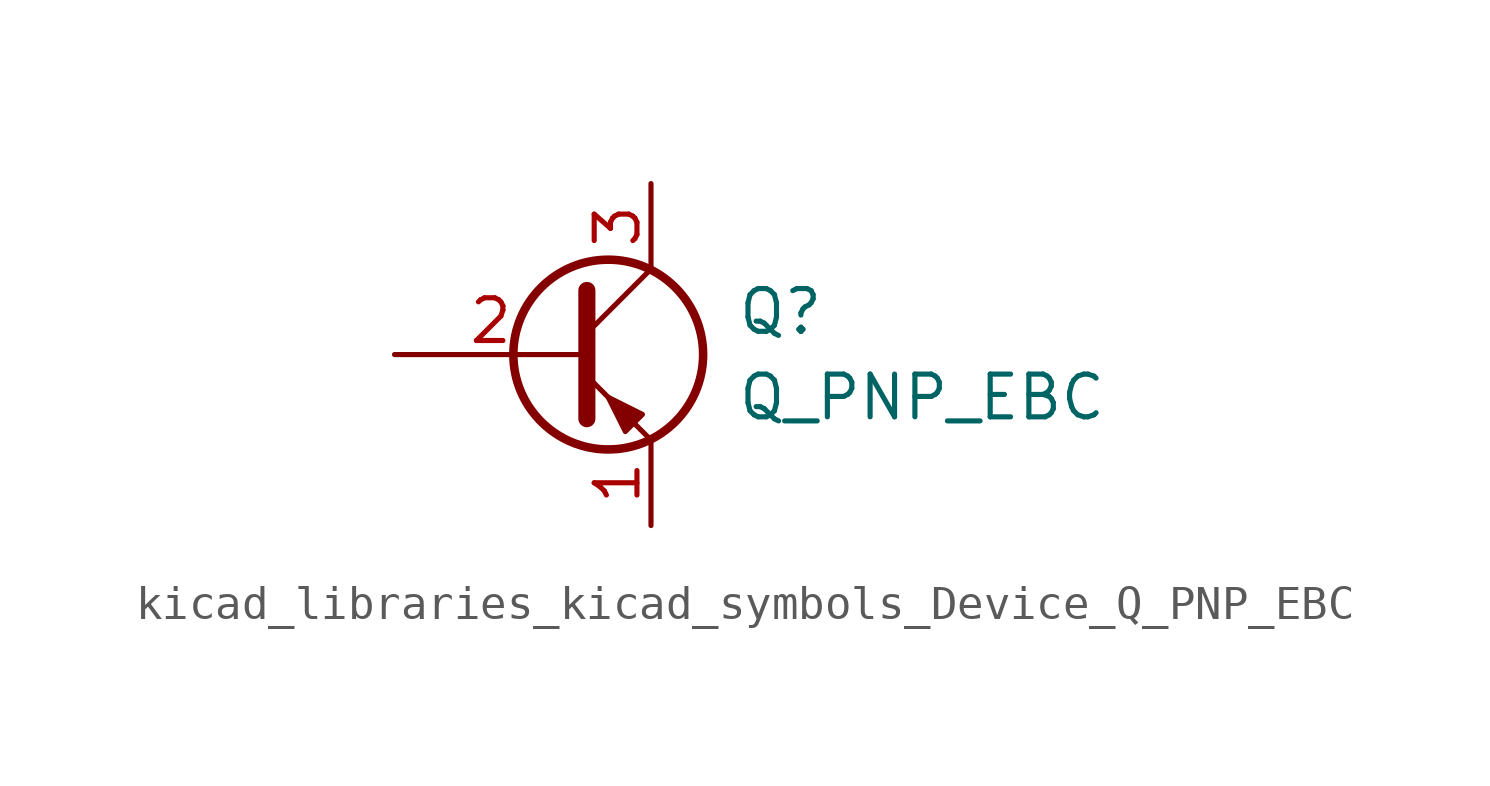
<source format=kicad_sym>
(kicad_symbol_lib
  (version 20220914)
  (generator kicad_symbol_editor)
  (symbol "kicad_libraries_kicad_symbols_Device_Q_PNP_EBC"
    (pin_names
      (offset 0) hide)
    (property "Reference" "Q"
      (at 5.08 1.27 0)
      (effects (font (size 1.27 1.27)) (justify left)))
    (property "Value" "Q_PNP_EBC"
      (at 5.08 -1.27 0)
      (effects (font (size 1.27 1.27)) (justify left)))
    (symbol "kicad_libraries_kicad_symbols_Device_Q_PNP_EBC_0_1"
      (polyline (pts (xy 0.635 0.635) (xy 2.54 2.54)) (stroke (width 0) (type default)) (fill (type none)))
      (polyline (pts (xy 0.635 -0.635) (xy 2.54 -2.54) (xy 2.54 -2.54)) (stroke (width 0) (type default)) (fill (type none)))
      (polyline (pts (xy 0.635 1.905) (xy 0.635 -1.905) (xy 0.635 -1.905)) (stroke (width 0.508) (type default)) (fill (type none)))
      (polyline (pts (xy 2.286 -1.778) (xy 1.778 -2.286) (xy 1.27 -1.27) (xy 2.286 -1.778) (xy 2.286 -1.778)) (stroke (width 0) (type default)) (fill (type outline)))
      (circle (center 1.27 0) (radius 2.819) (stroke (width 0.254) (type default)) (fill (type none))))
    (symbol "kicad_libraries_kicad_symbols_Device_Q_PNP_EBC_1_1"
      (pin passive line (at 2.54 -5.08 90) (length 2.54) (name "E" (effects (font (size 1.27 1.27)))) (number "1" (effects (font (size 1.27 1.27)))))
      (pin input line (at -5.08 0 0) (length 5.715) (name "B" (effects (font (size 1.27 1.27)))) (number "2" (effects (font (size 1.27 1.27)))))
      (pin passive line (at 2.54 5.08 270) (length 2.54) (name "C" (effects (font (size 1.27 1.27)))) (number "3" (effects (font (size 1.27 1.27))))))))
</source>
